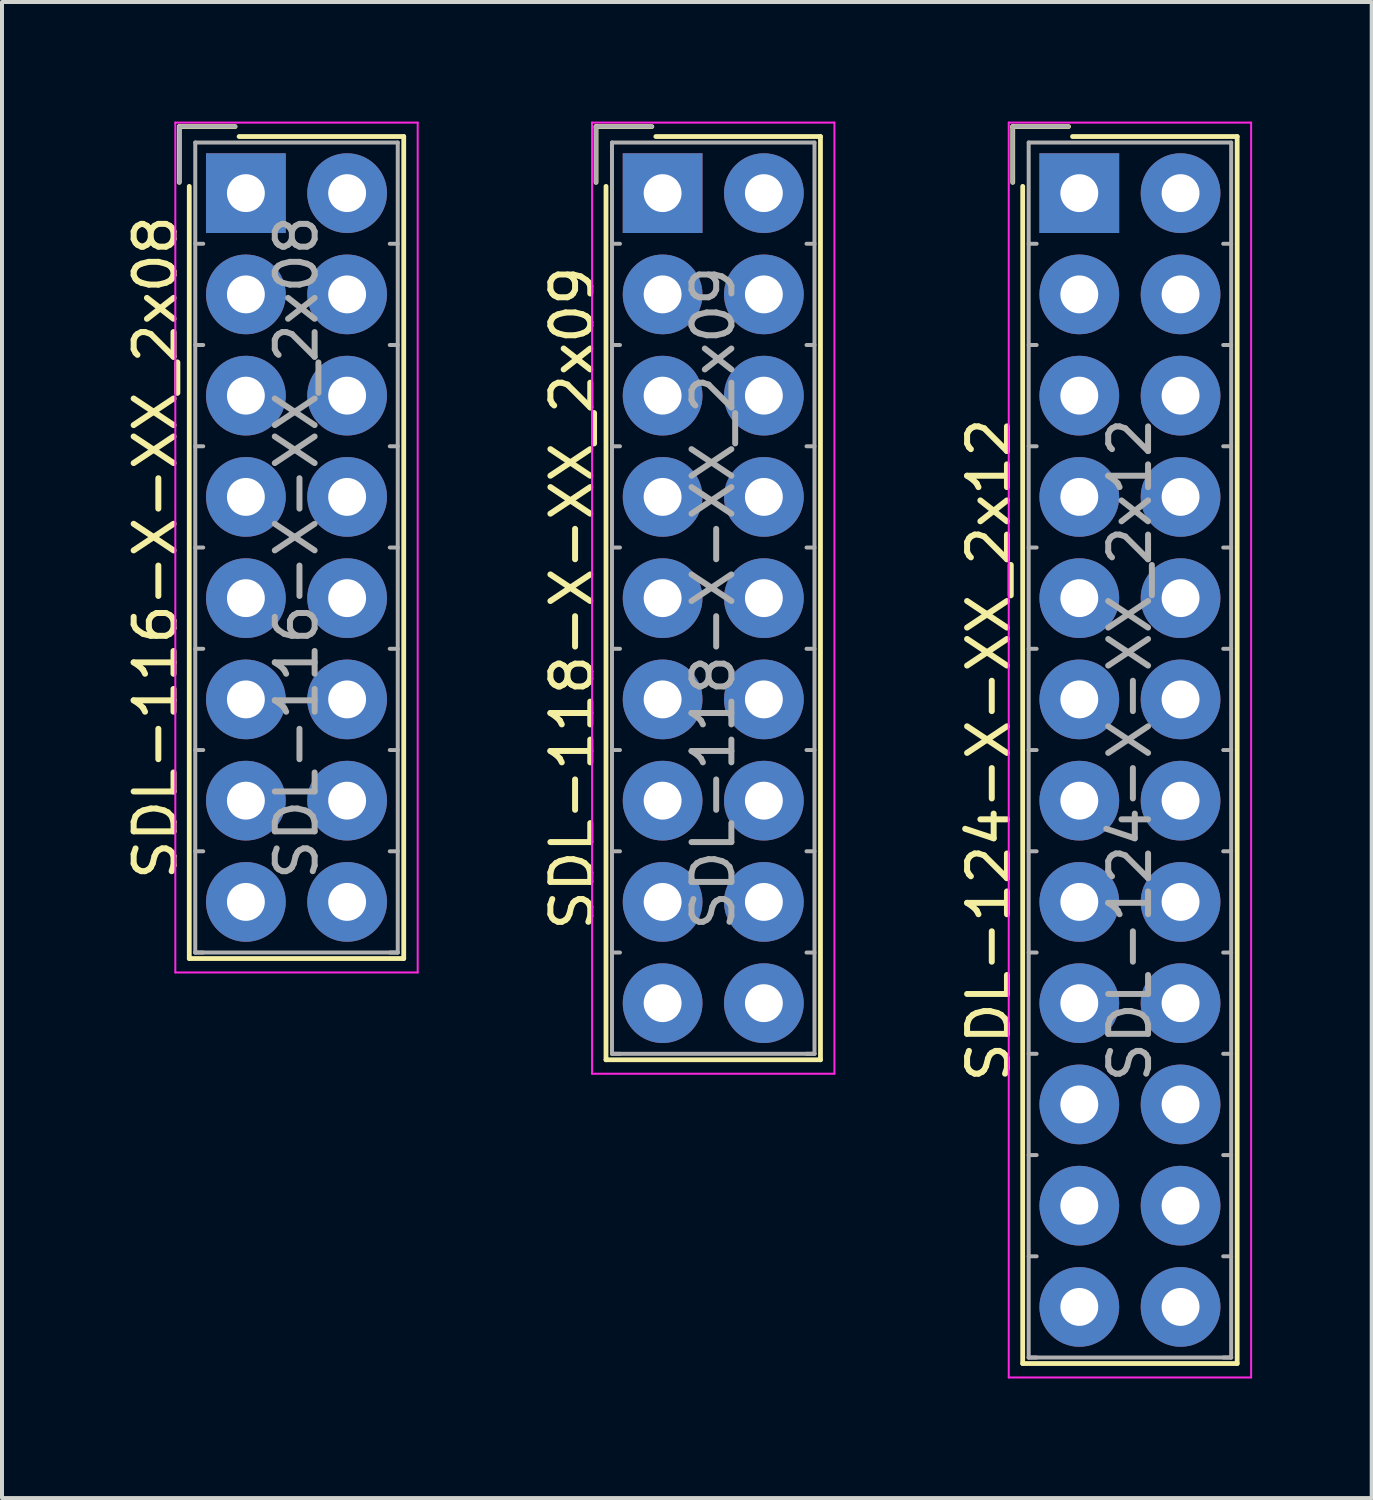
<source format=kicad_pcb>
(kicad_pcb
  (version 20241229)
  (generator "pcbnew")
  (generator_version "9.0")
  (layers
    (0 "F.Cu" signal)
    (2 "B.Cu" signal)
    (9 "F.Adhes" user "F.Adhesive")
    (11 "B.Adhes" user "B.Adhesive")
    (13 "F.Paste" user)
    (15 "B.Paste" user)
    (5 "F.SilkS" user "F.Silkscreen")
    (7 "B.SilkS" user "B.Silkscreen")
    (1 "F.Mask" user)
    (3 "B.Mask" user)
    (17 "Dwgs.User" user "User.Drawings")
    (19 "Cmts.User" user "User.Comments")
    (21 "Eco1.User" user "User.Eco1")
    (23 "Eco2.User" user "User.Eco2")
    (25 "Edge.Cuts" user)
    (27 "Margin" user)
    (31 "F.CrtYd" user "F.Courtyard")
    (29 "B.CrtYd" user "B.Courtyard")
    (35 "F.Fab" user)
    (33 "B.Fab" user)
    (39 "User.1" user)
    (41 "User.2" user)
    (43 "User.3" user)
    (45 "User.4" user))
  (footprint "SDL-116-X-XX_2x08"
    (layer "F.Cu")
    (at 3.118 1.795)
    (property "Reference" "SDL-116-X-XX_2x08" (at -2.27 8.89 90) (layer "F.SilkS") (effects (font (size 1 1) (thickness 0.15))))
    (attr through_hole)
    (fp_line (start -1.67 -1.67) (end -1.67 -0.27) (stroke (width 0.12) (type solid)) (layer "F.SilkS"))
    (fp_line (start -1.42 19.2) (end -1.42 -0.17) (stroke (width 0.12) (type solid)) (layer "F.SilkS"))
    (fp_line (start -0.27 -1.67) (end -1.67 -1.67) (stroke (width 0.12) (type solid)) (layer "F.SilkS"))
    (fp_line (start -0.17 -1.42) (end 3.96 -1.42) (stroke (width 0.12) (type solid)) (layer "F.SilkS"))
    (fp_line (start 3.96 -1.42) (end 3.96 19.2) (stroke (width 0.12) (type solid)) (layer "F.SilkS"))
    (fp_line (start 3.96 19.2) (end -1.42 19.2) (stroke (width 0.12) (type solid)) (layer "F.SilkS"))
    (fp_line (start -1.77 -1.77) (end -1.77 19.55) (stroke (width 0.05) (type solid)) (layer "F.CrtYd"))
    (fp_line (start -1.77 19.55) (end 4.31 19.55) (stroke (width 0.05) (type solid)) (layer "F.CrtYd"))
    (fp_line (start 4.31 -1.77) (end -1.77 -1.77) (stroke (width 0.05) (type solid)) (layer "F.CrtYd"))
    (fp_line (start 4.31 19.55) (end 4.31 -1.77) (stroke (width 0.05) (type solid)) (layer "F.CrtYd"))
    (fp_line (start -1.67 -1.67) (end -1.67 -0.27) (stroke (width 0.1) (type solid)) (layer "F.Fab"))
    (fp_line (start -1.27 -1.27) (end -1.27 19.05) (stroke (width 0.1) (type solid)) (layer "F.Fab"))
    (fp_line (start -1.27 1.27) (end -1.07 1.27) (stroke (width 0.1) (type solid)) (layer "F.Fab"))
    (fp_line (start -1.27 3.81) (end -1.07 3.81) (stroke (width 0.1) (type solid)) (layer "F.Fab"))
    (fp_line (start -1.27 6.35) (end -1.07 6.35) (stroke (width 0.1) (type solid)) (layer "F.Fab"))
    (fp_line (start -1.27 8.89) (end -1.07 8.89) (stroke (width 0.1) (type solid)) (layer "F.Fab"))
    (fp_line (start -1.27 11.43) (end -1.07 11.43) (stroke (width 0.1) (type solid)) (layer "F.Fab"))
    (fp_line (start -1.27 13.97) (end -1.07 13.97) (stroke (width 0.1) (type solid)) (layer "F.Fab"))
    (fp_line (start -1.27 16.51) (end -1.07 16.51) (stroke (width 0.1) (type solid)) (layer "F.Fab"))
    (fp_line (start -1.27 19.05) (end -1.07 19.05) (stroke (width 0.1) (type solid)) (layer "F.Fab"))
    (fp_line (start -1.27 19.05) (end 3.81 19.05) (stroke (width 0.1) (type solid)) (layer "F.Fab"))
    (fp_line (start -0.27 -1.67) (end -1.67 -1.67) (stroke (width 0.1) (type solid)) (layer "F.Fab"))
    (fp_line (start 3.81 -1.27) (end -1.27 -1.27) (stroke (width 0.1) (type solid)) (layer "F.Fab"))
    (fp_line (start 3.81 1.27) (end 3.61 1.27) (stroke (width 0.1) (type solid)) (layer "F.Fab"))
    (fp_line (start 3.81 3.81) (end 3.61 3.81) (stroke (width 0.1) (type solid)) (layer "F.Fab"))
    (fp_line (start 3.81 6.35) (end 3.61 6.35) (stroke (width 0.1) (type solid)) (layer "F.Fab"))
    (fp_line (start 3.81 8.89) (end 3.61 8.89) (stroke (width 0.1) (type solid)) (layer "F.Fab"))
    (fp_line (start 3.81 11.43) (end 3.61 11.43) (stroke (width 0.1) (type solid)) (layer "F.Fab"))
    (fp_line (start 3.81 13.97) (end 3.61 13.97) (stroke (width 0.1) (type solid)) (layer "F.Fab"))
    (fp_line (start 3.81 16.51) (end 3.61 16.51) (stroke (width 0.1) (type solid)) (layer "F.Fab"))
    (fp_line (start 3.81 19.05) (end 3.61 19.05) (stroke (width 0.1) (type solid)) (layer "F.Fab"))
    (fp_line (start 3.81 19.05) (end 3.81 -1.27) (stroke (width 0.1) (type solid)) (layer "F.Fab"))
    (fp_text user "${REFERENCE}" (at 1.27 8.89 90) (layer "F.Fab") (effects (font (size 1 1) (thickness 0.15))))
    (pad "1" thru_hole rect (at 0 0) (size 2 2) (drill 0.95) (layers "*.Cu" "*.Mask"))
    (pad "2" thru_hole circle (at 2.54 0) (size 2 2) (drill 0.95) (layers "*.Cu" "*.Mask"))
    (pad "3" thru_hole circle (at 0 2.54) (size 2 2) (drill 0.95) (layers "*.Cu" "*.Mask"))
    (pad "4" thru_hole circle (at 2.54 2.54) (size 2 2) (drill 0.95) (layers "*.Cu" "*.Mask"))
    (pad "5" thru_hole circle (at 0 5.08) (size 2 2) (drill 0.95) (layers "*.Cu" "*.Mask"))
    (pad "6" thru_hole circle (at 2.54 5.08) (size 2 2) (drill 0.95) (layers "*.Cu" "*.Mask"))
    (pad "7" thru_hole circle (at 0 7.62) (size 2 2) (drill 0.95) (layers "*.Cu" "*.Mask"))
    (pad "8" thru_hole circle (at 2.54 7.62) (size 2 2) (drill 0.95) (layers "*.Cu" "*.Mask"))
    (pad "9" thru_hole circle (at 0 10.16) (size 2 2) (drill 0.95) (layers "*.Cu" "*.Mask"))
    (pad "10" thru_hole circle (at 2.54 10.16) (size 2 2) (drill 0.95) (layers "*.Cu" "*.Mask"))
    (pad "11" thru_hole circle (at 0 12.7) (size 2 2) (drill 0.95) (layers "*.Cu" "*.Mask"))
    (pad "12" thru_hole circle (at 2.54 12.7) (size 2 2) (drill 0.95) (layers "*.Cu" "*.Mask"))
    (pad "13" thru_hole circle (at 0 15.24) (size 2 2) (drill 0.95) (layers "*.Cu" "*.Mask"))
    (pad "14" thru_hole circle (at 2.54 15.24) (size 2 2) (drill 0.95) (layers "*.Cu" "*.Mask"))
    (pad "15" thru_hole circle (at 0 17.78) (size 2 2) (drill 0.95) (layers "*.Cu" "*.Mask"))
    (pad "16" thru_hole circle (at 2.54 17.78) (size 2 2) (drill 0.95) (layers "*.Cu" "*.Mask")))
  (footprint "SDL-124-X-XX_2x12"
    (layer "F.Cu")
    (at 24.025 1.795)
    (property "Reference" "SDL-124-X-XX_2x12" (at -2.27 13.97 90) (layer "F.SilkS") (effects (font (size 1 1) (thickness 0.15))))
    (attr through_hole)
    (fp_line (start -1.67 -1.67) (end -1.67 -0.27) (stroke (width 0.12) (type solid)) (layer "F.SilkS"))
    (fp_line (start -1.42 29.36) (end -1.42 -0.17) (stroke (width 0.12) (type solid)) (layer "F.SilkS"))
    (fp_line (start -0.27 -1.67) (end -1.67 -1.67) (stroke (width 0.12) (type solid)) (layer "F.SilkS"))
    (fp_line (start -0.17 -1.42) (end 3.96 -1.42) (stroke (width 0.12) (type solid)) (layer "F.SilkS"))
    (fp_line (start 3.96 -1.42) (end 3.96 29.36) (stroke (width 0.12) (type solid)) (layer "F.SilkS"))
    (fp_line (start 3.96 29.36) (end -1.42 29.36) (stroke (width 0.12) (type solid)) (layer "F.SilkS"))
    (fp_line (start -1.77 -1.77) (end -1.77 29.71) (stroke (width 0.05) (type solid)) (layer "F.CrtYd"))
    (fp_line (start -1.77 29.71) (end 4.31 29.71) (stroke (width 0.05) (type solid)) (layer "F.CrtYd"))
    (fp_line (start 4.31 -1.77) (end -1.77 -1.77) (stroke (width 0.05) (type solid)) (layer "F.CrtYd"))
    (fp_line (start 4.31 29.71) (end 4.31 -1.77) (stroke (width 0.05) (type solid)) (layer "F.CrtYd"))
    (fp_line (start -1.67 -1.67) (end -1.67 -0.27) (stroke (width 0.1) (type solid)) (layer "F.Fab"))
    (fp_line (start -1.27 -1.27) (end -1.27 29.21) (stroke (width 0.1) (type solid)) (layer "F.Fab"))
    (fp_line (start -1.27 1.27) (end -1.07 1.27) (stroke (width 0.1) (type solid)) (layer "F.Fab"))
    (fp_line (start -1.27 3.81) (end -1.07 3.81) (stroke (width 0.1) (type solid)) (layer "F.Fab"))
    (fp_line (start -1.27 6.35) (end -1.07 6.35) (stroke (width 0.1) (type solid)) (layer "F.Fab"))
    (fp_line (start -1.27 8.89) (end -1.07 8.89) (stroke (width 0.1) (type solid)) (layer "F.Fab"))
    (fp_line (start -1.27 11.43) (end -1.07 11.43) (stroke (width 0.1) (type solid)) (layer "F.Fab"))
    (fp_line (start -1.27 13.97) (end -1.07 13.97) (stroke (width 0.1) (type solid)) (layer "F.Fab"))
    (fp_line (start -1.27 16.51) (end -1.07 16.51) (stroke (width 0.1) (type solid)) (layer "F.Fab"))
    (fp_line (start -1.27 19.05) (end -1.07 19.05) (stroke (width 0.1) (type solid)) (layer "F.Fab"))
    (fp_line (start -1.27 21.59) (end -1.07 21.59) (stroke (width 0.1) (type solid)) (layer "F.Fab"))
    (fp_line (start -1.27 24.13) (end -1.07 24.13) (stroke (width 0.1) (type solid)) (layer "F.Fab"))
    (fp_line (start -1.27 26.67) (end -1.07 26.67) (stroke (width 0.1) (type solid)) (layer "F.Fab"))
    (fp_line (start -1.27 29.21) (end -1.07 29.21) (stroke (width 0.1) (type solid)) (layer "F.Fab"))
    (fp_line (start -1.27 29.21) (end 3.81 29.21) (stroke (width 0.1) (type solid)) (layer "F.Fab"))
    (fp_line (start -0.27 -1.67) (end -1.67 -1.67) (stroke (width 0.1) (type solid)) (layer "F.Fab"))
    (fp_line (start 3.81 -1.27) (end -1.27 -1.27) (stroke (width 0.1) (type solid)) (layer "F.Fab"))
    (fp_line (start 3.81 1.27) (end 3.61 1.27) (stroke (width 0.1) (type solid)) (layer "F.Fab"))
    (fp_line (start 3.81 3.81) (end 3.61 3.81) (stroke (width 0.1) (type solid)) (layer "F.Fab"))
    (fp_line (start 3.81 6.35) (end 3.61 6.35) (stroke (width 0.1) (type solid)) (layer "F.Fab"))
    (fp_line (start 3.81 8.89) (end 3.61 8.89) (stroke (width 0.1) (type solid)) (layer "F.Fab"))
    (fp_line (start 3.81 11.43) (end 3.61 11.43) (stroke (width 0.1) (type solid)) (layer "F.Fab"))
    (fp_line (start 3.81 13.97) (end 3.61 13.97) (stroke (width 0.1) (type solid)) (layer "F.Fab"))
    (fp_line (start 3.81 16.51) (end 3.61 16.51) (stroke (width 0.1) (type solid)) (layer "F.Fab"))
    (fp_line (start 3.81 19.05) (end 3.61 19.05) (stroke (width 0.1) (type solid)) (layer "F.Fab"))
    (fp_line (start 3.81 21.59) (end 3.61 21.59) (stroke (width 0.1) (type solid)) (layer "F.Fab"))
    (fp_line (start 3.81 24.13) (end 3.61 24.13) (stroke (width 0.1) (type solid)) (layer "F.Fab"))
    (fp_line (start 3.81 26.67) (end 3.61 26.67) (stroke (width 0.1) (type solid)) (layer "F.Fab"))
    (fp_line (start 3.81 29.21) (end 3.61 29.21) (stroke (width 0.1) (type solid)) (layer "F.Fab"))
    (fp_line (start 3.81 29.21) (end 3.81 -1.27) (stroke (width 0.1) (type solid)) (layer "F.Fab"))
    (fp_text user "${REFERENCE}" (at 1.27 13.97 90) (layer "F.Fab") (effects (font (size 1 1) (thickness 0.15))))
    (pad "1" thru_hole rect (at 0 0) (size 2 2) (drill 0.95) (layers "*.Cu" "*.Mask"))
    (pad "2" thru_hole circle (at 2.54 0) (size 2 2) (drill 0.95) (layers "*.Cu" "*.Mask"))
    (pad "3" thru_hole circle (at 0 2.54) (size 2 2) (drill 0.95) (layers "*.Cu" "*.Mask"))
    (pad "4" thru_hole circle (at 2.54 2.54) (size 2 2) (drill 0.95) (layers "*.Cu" "*.Mask"))
    (pad "5" thru_hole circle (at 0 5.08) (size 2 2) (drill 0.95) (layers "*.Cu" "*.Mask"))
    (pad "6" thru_hole circle (at 2.54 5.08) (size 2 2) (drill 0.95) (layers "*.Cu" "*.Mask"))
    (pad "7" thru_hole circle (at 0 7.62) (size 2 2) (drill 0.95) (layers "*.Cu" "*.Mask"))
    (pad "8" thru_hole circle (at 2.54 7.62) (size 2 2) (drill 0.95) (layers "*.Cu" "*.Mask"))
    (pad "9" thru_hole circle (at 0 10.16) (size 2 2) (drill 0.95) (layers "*.Cu" "*.Mask"))
    (pad "10" thru_hole circle (at 2.54 10.16) (size 2 2) (drill 0.95) (layers "*.Cu" "*.Mask"))
    (pad "11" thru_hole circle (at 0 12.7) (size 2 2) (drill 0.95) (layers "*.Cu" "*.Mask"))
    (pad "12" thru_hole circle (at 2.54 12.7) (size 2 2) (drill 0.95) (layers "*.Cu" "*.Mask"))
    (pad "13" thru_hole circle (at 0 15.24) (size 2 2) (drill 0.95) (layers "*.Cu" "*.Mask"))
    (pad "14" thru_hole circle (at 2.54 15.24) (size 2 2) (drill 0.95) (layers "*.Cu" "*.Mask"))
    (pad "15" thru_hole circle (at 0 17.78) (size 2 2) (drill 0.95) (layers "*.Cu" "*.Mask"))
    (pad "16" thru_hole circle (at 2.54 17.78) (size 2 2) (drill 0.95) (layers "*.Cu" "*.Mask"))
    (pad "17" thru_hole circle (at 0 20.32) (size 2 2) (drill 0.95) (layers "*.Cu" "*.Mask"))
    (pad "18" thru_hole circle (at 2.54 20.32) (size 2 2) (drill 0.95) (layers "*.Cu" "*.Mask"))
    (pad "19" thru_hole circle (at 0 22.86) (size 2 2) (drill 0.95) (layers "*.Cu" "*.Mask"))
    (pad "20" thru_hole circle (at 2.54 22.86) (size 2 2) (drill 0.95) (layers "*.Cu" "*.Mask"))
    (pad "21" thru_hole circle (at 0 25.4) (size 2 2) (drill 0.95) (layers "*.Cu" "*.Mask"))
    (pad "22" thru_hole circle (at 2.54 25.4) (size 2 2) (drill 0.95) (layers "*.Cu" "*.Mask"))
    (pad "23" thru_hole circle (at 0 27.94) (size 2 2) (drill 0.95) (layers "*.Cu" "*.Mask"))
    (pad "24" thru_hole circle (at 2.54 27.94) (size 2 2) (drill 0.95) (layers "*.Cu" "*.Mask")))
  (footprint "SDL-118-X-XX_2x09"
    (layer "F.Cu")
    (at 13.572 1.795)
    (property "Reference" "SDL-118-X-XX_2x09" (at -2.27 10.16 90) (layer "F.SilkS") (effects (font (size 1 1) (thickness 0.15))))
    (attr through_hole)
    (fp_line (start -1.67 -1.67) (end -1.67 -0.27) (stroke (width 0.12) (type solid)) (layer "F.SilkS"))
    (fp_line (start -1.42 21.74) (end -1.42 -0.17) (stroke (width 0.12) (type solid)) (layer "F.SilkS"))
    (fp_line (start -0.27 -1.67) (end -1.67 -1.67) (stroke (width 0.12) (type solid)) (layer "F.SilkS"))
    (fp_line (start -0.17 -1.42) (end 3.96 -1.42) (stroke (width 0.12) (type solid)) (layer "F.SilkS"))
    (fp_line (start 3.96 -1.42) (end 3.96 21.74) (stroke (width 0.12) (type solid)) (layer "F.SilkS"))
    (fp_line (start 3.96 21.74) (end -1.42 21.74) (stroke (width 0.12) (type solid)) (layer "F.SilkS"))
    (fp_line (start -1.77 -1.77) (end -1.77 22.09) (stroke (width 0.05) (type solid)) (layer "F.CrtYd"))
    (fp_line (start -1.77 22.09) (end 4.31 22.09) (stroke (width 0.05) (type solid)) (layer "F.CrtYd"))
    (fp_line (start 4.31 -1.77) (end -1.77 -1.77) (stroke (width 0.05) (type solid)) (layer "F.CrtYd"))
    (fp_line (start 4.31 22.09) (end 4.31 -1.77) (stroke (width 0.05) (type solid)) (layer "F.CrtYd"))
    (fp_line (start -1.67 -1.67) (end -1.67 -0.27) (stroke (width 0.1) (type solid)) (layer "F.Fab"))
    (fp_line (start -1.27 -1.27) (end -1.27 21.59) (stroke (width 0.1) (type solid)) (layer "F.Fab"))
    (fp_line (start -1.27 1.27) (end -1.07 1.27) (stroke (width 0.1) (type solid)) (layer "F.Fab"))
    (fp_line (start -1.27 3.81) (end -1.07 3.81) (stroke (width 0.1) (type solid)) (layer "F.Fab"))
    (fp_line (start -1.27 6.35) (end -1.07 6.35) (stroke (width 0.1) (type solid)) (layer "F.Fab"))
    (fp_line (start -1.27 8.89) (end -1.07 8.89) (stroke (width 0.1) (type solid)) (layer "F.Fab"))
    (fp_line (start -1.27 11.43) (end -1.07 11.43) (stroke (width 0.1) (type solid)) (layer "F.Fab"))
    (fp_line (start -1.27 13.97) (end -1.07 13.97) (stroke (width 0.1) (type solid)) (layer "F.Fab"))
    (fp_line (start -1.27 16.51) (end -1.07 16.51) (stroke (width 0.1) (type solid)) (layer "F.Fab"))
    (fp_line (start -1.27 19.05) (end -1.07 19.05) (stroke (width 0.1) (type solid)) (layer "F.Fab"))
    (fp_line (start -1.27 21.59) (end -1.07 21.59) (stroke (width 0.1) (type solid)) (layer "F.Fab"))
    (fp_line (start -1.27 21.59) (end 3.81 21.59) (stroke (width 0.1) (type solid)) (layer "F.Fab"))
    (fp_line (start -0.27 -1.67) (end -1.67 -1.67) (stroke (width 0.1) (type solid)) (layer "F.Fab"))
    (fp_line (start 3.81 -1.27) (end -1.27 -1.27) (stroke (width 0.1) (type solid)) (layer "F.Fab"))
    (fp_line (start 3.81 1.27) (end 3.61 1.27) (stroke (width 0.1) (type solid)) (layer "F.Fab"))
    (fp_line (start 3.81 3.81) (end 3.61 3.81) (stroke (width 0.1) (type solid)) (layer "F.Fab"))
    (fp_line (start 3.81 6.35) (end 3.61 6.35) (stroke (width 0.1) (type solid)) (layer "F.Fab"))
    (fp_line (start 3.81 8.89) (end 3.61 8.89) (stroke (width 0.1) (type solid)) (layer "F.Fab"))
    (fp_line (start 3.81 11.43) (end 3.61 11.43) (stroke (width 0.1) (type solid)) (layer "F.Fab"))
    (fp_line (start 3.81 13.97) (end 3.61 13.97) (stroke (width 0.1) (type solid)) (layer "F.Fab"))
    (fp_line (start 3.81 16.51) (end 3.61 16.51) (stroke (width 0.1) (type solid)) (layer "F.Fab"))
    (fp_line (start 3.81 19.05) (end 3.61 19.05) (stroke (width 0.1) (type solid)) (layer "F.Fab"))
    (fp_line (start 3.81 21.59) (end 3.61 21.59) (stroke (width 0.1) (type solid)) (layer "F.Fab"))
    (fp_line (start 3.81 21.59) (end 3.81 -1.27) (stroke (width 0.1) (type solid)) (layer "F.Fab"))
    (fp_text user "${REFERENCE}" (at 1.27 10.16 90) (layer "F.Fab") (effects (font (size 1 1) (thickness 0.15))))
    (pad "1" thru_hole rect (at 0 0) (size 2 2) (drill 0.95) (layers "*.Cu" "*.Mask"))
    (pad "2" thru_hole circle (at 2.54 0) (size 2 2) (drill 0.95) (layers "*.Cu" "*.Mask"))
    (pad "3" thru_hole circle (at 0 2.54) (size 2 2) (drill 0.95) (layers "*.Cu" "*.Mask"))
    (pad "4" thru_hole circle (at 2.54 2.54) (size 2 2) (drill 0.95) (layers "*.Cu" "*.Mask"))
    (pad "5" thru_hole circle (at 0 5.08) (size 2 2) (drill 0.95) (layers "*.Cu" "*.Mask"))
    (pad "6" thru_hole circle (at 2.54 5.08) (size 2 2) (drill 0.95) (layers "*.Cu" "*.Mask"))
    (pad "7" thru_hole circle (at 0 7.62) (size 2 2) (drill 0.95) (layers "*.Cu" "*.Mask"))
    (pad "8" thru_hole circle (at 2.54 7.62) (size 2 2) (drill 0.95) (layers "*.Cu" "*.Mask"))
    (pad "9" thru_hole circle (at 0 10.16) (size 2 2) (drill 0.95) (layers "*.Cu" "*.Mask"))
    (pad "10" thru_hole circle (at 2.54 10.16) (size 2 2) (drill 0.95) (layers "*.Cu" "*.Mask"))
    (pad "11" thru_hole circle (at 0 12.7) (size 2 2) (drill 0.95) (layers "*.Cu" "*.Mask"))
    (pad "12" thru_hole circle (at 2.54 12.7) (size 2 2) (drill 0.95) (layers "*.Cu" "*.Mask"))
    (pad "13" thru_hole circle (at 0 15.24) (size 2 2) (drill 0.95) (layers "*.Cu" "*.Mask"))
    (pad "14" thru_hole circle (at 2.54 15.24) (size 2 2) (drill 0.95) (layers "*.Cu" "*.Mask"))
    (pad "15" thru_hole circle (at 0 17.78) (size 2 2) (drill 0.95) (layers "*.Cu" "*.Mask"))
    (pad "16" thru_hole circle (at 2.54 17.78) (size 2 2) (drill 0.95) (layers "*.Cu" "*.Mask"))
    (pad "17" thru_hole circle (at 0 20.32) (size 2 2) (drill 0.95) (layers "*.Cu" "*.Mask"))
    (pad "18" thru_hole circle (at 2.54 20.32) (size 2 2) (drill 0.95) (layers "*.Cu" "*.Mask")))
  (gr_rect
    (start -3 -3)
    (end 31.36 34.53)
    (stroke (width 0.1) (type default))
    (fill no)
    (layer "Edge.Cuts")))
</source>
